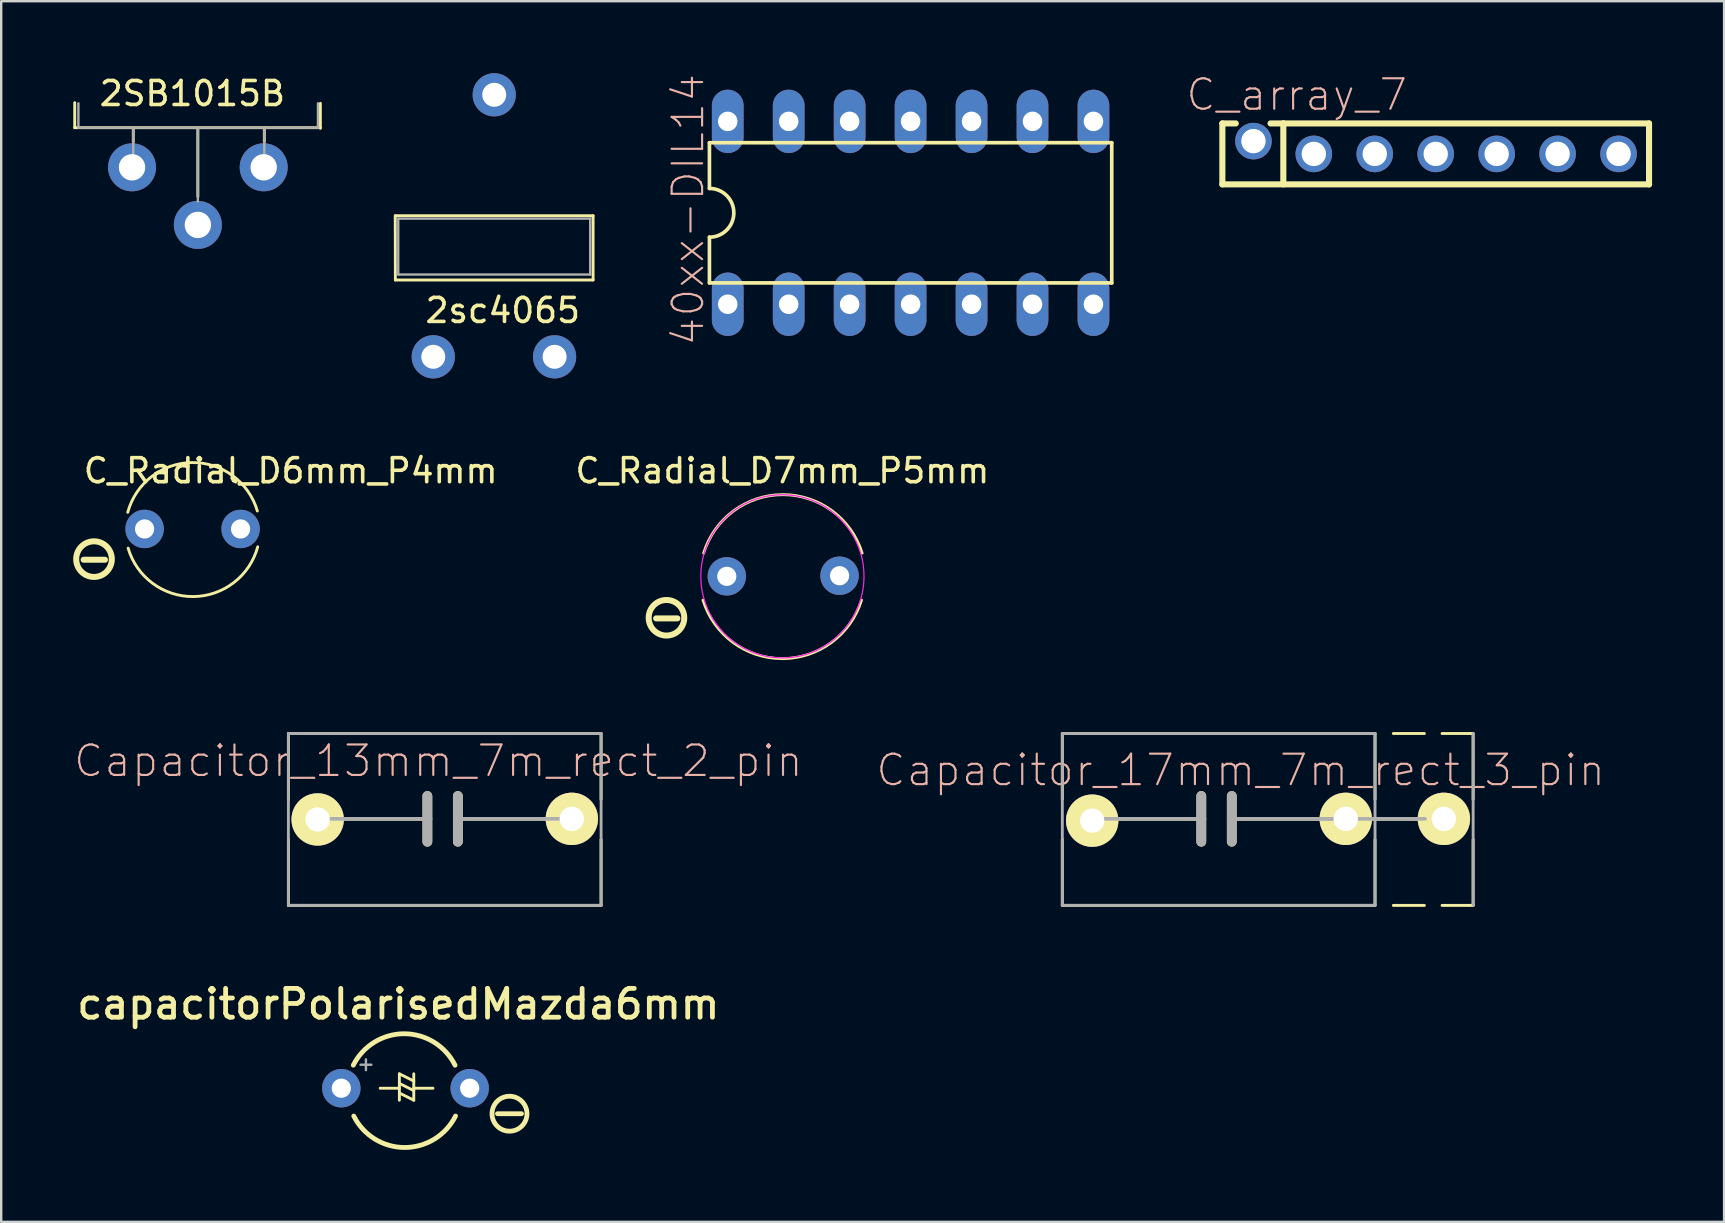
<source format=kicad_pcb>
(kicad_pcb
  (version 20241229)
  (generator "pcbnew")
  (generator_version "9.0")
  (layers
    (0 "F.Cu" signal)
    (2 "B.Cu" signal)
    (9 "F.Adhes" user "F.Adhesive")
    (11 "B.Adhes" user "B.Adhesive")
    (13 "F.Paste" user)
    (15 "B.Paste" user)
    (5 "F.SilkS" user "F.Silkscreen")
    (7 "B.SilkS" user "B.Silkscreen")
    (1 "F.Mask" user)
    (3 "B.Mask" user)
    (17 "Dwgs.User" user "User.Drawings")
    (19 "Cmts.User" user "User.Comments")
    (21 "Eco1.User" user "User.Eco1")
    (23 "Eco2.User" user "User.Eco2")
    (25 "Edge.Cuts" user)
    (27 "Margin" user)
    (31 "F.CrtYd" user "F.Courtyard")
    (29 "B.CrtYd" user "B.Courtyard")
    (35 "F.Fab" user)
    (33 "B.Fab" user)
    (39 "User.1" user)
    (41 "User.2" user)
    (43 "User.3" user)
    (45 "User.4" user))
  (footprint "C_array_7"
    (layer "F.Cu")
    (at 56.777 3.363)
    (property "Reference" "C_array_7" (at -5.791 -2.464 0) (layer "B.SilkS") (effects (font (size 1.27 1.27) (thickness 0.089))))
    (attr exclude_from_pos_files exclude_from_bom)
    (fp_line (start -8.89 -1.27) (end -8.89 1.27) (stroke (width 0.254) (type solid)) (layer "F.SilkS"))
    (fp_line (start -8.89 -1.27) (end -8.331 -1.27) (stroke (width 0.254) (type solid)) (layer "F.SilkS"))
    (fp_line (start -6.35 -1.27) (end -6.883 -1.27) (stroke (width 0.254) (type solid)) (layer "F.SilkS"))
    (fp_line (start -6.35 -1.27) (end -6.35 1.27) (stroke (width 0.254) (type solid)) (layer "F.SilkS"))
    (fp_line (start -5.334 -0.254) (end -4.826 -0.254) (stroke (width 0.066) (type solid)) (layer "F.SilkS"))
    (fp_line (start -5.334 0.254) (end -5.334 -0.254) (stroke (width 0.066) (type solid)) (layer "F.SilkS"))
    (fp_line (start -5.334 0.254) (end -4.826 0.254) (stroke (width 0.066) (type solid)) (layer "F.SilkS"))
    (fp_line (start -4.826 0.254) (end -4.826 -0.254) (stroke (width 0.066) (type solid)) (layer "F.SilkS"))
    (fp_line (start -2.794 -0.254) (end -2.286 -0.254) (stroke (width 0.066) (type solid)) (layer "F.SilkS"))
    (fp_line (start -2.794 0.254) (end -2.794 -0.254) (stroke (width 0.066) (type solid)) (layer "F.SilkS"))
    (fp_line (start -2.794 0.254) (end -2.286 0.254) (stroke (width 0.066) (type solid)) (layer "F.SilkS"))
    (fp_line (start -2.286 0.254) (end -2.286 -0.254) (stroke (width 0.066) (type solid)) (layer "F.SilkS"))
    (fp_line (start -0.254 -0.254) (end 0.254 -0.254) (stroke (width 0.066) (type solid)) (layer "F.SilkS"))
    (fp_line (start -0.254 0.254) (end -0.254 -0.254) (stroke (width 0.066) (type solid)) (layer "F.SilkS"))
    (fp_line (start -0.254 0.254) (end 0.254 0.254) (stroke (width 0.066) (type solid)) (layer "F.SilkS"))
    (fp_line (start 0.254 0.254) (end 0.254 -0.254) (stroke (width 0.066) (type solid)) (layer "F.SilkS"))
    (fp_line (start 2.286 -0.254) (end 2.794 -0.254) (stroke (width 0.066) (type solid)) (layer "F.SilkS"))
    (fp_line (start 2.286 0.254) (end 2.286 -0.254) (stroke (width 0.066) (type solid)) (layer "F.SilkS"))
    (fp_line (start 2.286 0.254) (end 2.794 0.254) (stroke (width 0.066) (type solid)) (layer "F.SilkS"))
    (fp_line (start 2.794 0.254) (end 2.794 -0.254) (stroke (width 0.066) (type solid)) (layer "F.SilkS"))
    (fp_line (start 4.826 -0.254) (end 5.334 -0.254) (stroke (width 0.066) (type solid)) (layer "F.SilkS"))
    (fp_line (start 4.826 0.254) (end 4.826 -0.254) (stroke (width 0.066) (type solid)) (layer "F.SilkS"))
    (fp_line (start 4.826 0.254) (end 5.334 0.254) (stroke (width 0.066) (type solid)) (layer "F.SilkS"))
    (fp_line (start 5.334 0.254) (end 5.334 -0.254) (stroke (width 0.066) (type solid)) (layer "F.SilkS"))
    (fp_line (start 7.366 -0.254) (end 7.874 -0.254) (stroke (width 0.066) (type solid)) (layer "F.SilkS"))
    (fp_line (start 7.366 0.254) (end 7.366 -0.254) (stroke (width 0.066) (type solid)) (layer "F.SilkS"))
    (fp_line (start 7.366 0.254) (end 7.874 0.254) (stroke (width 0.066) (type solid)) (layer "F.SilkS"))
    (fp_line (start 7.874 0.254) (end 7.874 -0.254) (stroke (width 0.066) (type solid)) (layer "F.SilkS"))
    (fp_line (start 8.89 -1.27) (end -6.35 -1.27) (stroke (width 0.254) (type solid)) (layer "F.SilkS"))
    (fp_line (start 8.89 -1.27) (end 8.89 1.27) (stroke (width 0.254) (type solid)) (layer "F.SilkS"))
    (fp_line (start 8.89 1.27) (end -8.89 1.27) (stroke (width 0.254) (type solid)) (layer "F.SilkS"))
    (pad "1" thru_hole circle (at -7.595 -0.533) (size 1.524 1.524) (drill 1.016) (layers "*.Cu" "*.Mask"))
    (pad "2" thru_hole circle (at -5.08 0) (size 1.524 1.524) (drill 1.016) (layers "*.Cu" "*.Mask"))
    (pad "3" thru_hole circle (at -2.54 0) (size 1.524 1.524) (drill 1.016) (layers "*.Cu" "*.Mask"))
    (pad "4" thru_hole circle (at 0 0) (size 1.524 1.524) (drill 1.016) (layers "*.Cu" "*.Mask"))
    (pad "5" thru_hole circle (at 2.54 0) (size 1.524 1.524) (drill 1.016) (layers "*.Cu" "*.Mask"))
    (pad "6" thru_hole circle (at 5.08 0) (size 1.524 1.524) (drill 1.016) (layers "*.Cu" "*.Mask"))
    (pad "7" thru_hole circle (at 7.62 0) (size 1.524 1.524) (drill 1.016) (layers "*.Cu" "*.Mask")))
  (footprint "Capacitor_13mm_7m_rect_2_pin"
    (layer "F.Cu")
    (at 15.394 31.072)
    (property "Reference" "Capacitor_13mm_7m_rect_2_pin" (at -0.178 -2.413 0) (layer "B.SilkS") (effects (font (size 1.27 1.27) (thickness 0.089))))
    (attr exclude_from_pos_files exclude_from_bom)
    (fp_line (start -6.426 -3.556) (end -6.426 -0.813) (stroke (width 0.12) (type solid)) (layer "F.SilkS"))
    (fp_line (start -6.426 -3.556) (end 6.604 -3.556) (stroke (width 0.12) (type solid)) (layer "F.SilkS"))
    (fp_line (start -6.426 0.864) (end -6.426 3.607) (stroke (width 0.12) (type solid)) (layer "F.SilkS"))
    (fp_line (start -0.635 -0.953) (end -0.635 0) (stroke (width 0.406) (type solid)) (layer "F.SilkS"))
    (fp_line (start -0.635 0) (end -5.08 0) (stroke (width 0.152) (type solid)) (layer "F.SilkS"))
    (fp_line (start -0.635 0) (end -0.635 0.953) (stroke (width 0.406) (type solid)) (layer "F.SilkS"))
    (fp_line (start 0.635 -0.953) (end 0.635 0) (stroke (width 0.406) (type solid)) (layer "F.SilkS"))
    (fp_line (start 0.635 0) (end 0.635 0.953) (stroke (width 0.406) (type solid)) (layer "F.SilkS"))
    (fp_line (start 0.635 0) (end 5.08 0) (stroke (width 0.152) (type solid)) (layer "F.SilkS"))
    (fp_line (start 6.604 -3.556) (end 6.604 -0.813) (stroke (width 0.12) (type solid)) (layer "F.SilkS"))
    (fp_line (start 6.604 0.864) (end 6.604 3.607) (stroke (width 0.12) (type solid)) (layer "F.SilkS"))
    (fp_line (start 6.604 3.607) (end -6.426 3.607) (stroke (width 0.12) (type solid)) (layer "F.SilkS"))
    (fp_line (start -6.426 -3.556) (end 6.604 -3.556) (stroke (width 0.12) (type solid)) (layer "F.Fab"))
    (fp_line (start -6.426 3.607) (end -6.426 -3.556) (stroke (width 0.12) (type solid)) (layer "F.Fab"))
    (fp_line (start -6.426 3.607) (end 6.604 3.607) (stroke (width 0.12) (type solid)) (layer "F.Fab"))
    (fp_line (start -0.635 -0.953) (end -0.635 0.953) (stroke (width 0.406) (type solid)) (layer "F.Fab"))
    (fp_line (start -0.635 0) (end -5.08 0) (stroke (width 0.152) (type solid)) (layer "F.Fab"))
    (fp_line (start 0.635 -0.953) (end 0.635 0.953) (stroke (width 0.406) (type solid)) (layer "F.Fab"))
    (fp_line (start 0.635 0) (end 5.08 0) (stroke (width 0.152) (type solid)) (layer "F.Fab"))
    (fp_line (start 6.604 -3.556) (end 6.604 3.607) (stroke (width 0.12) (type solid)) (layer "F.Fab"))
    (pad "1" thru_hole circle (at -5.207 0.025) (size 2.182 2.182) (drill 1.016) (layers "*.Cu" "F.Mask" "F.SilkS" "F.Paste"))
    (pad "2" thru_hole circle (at 5.385 0) (size 2.182 2.182) (drill 1.016) (layers "*.Cu" "F.Mask" "F.SilkS" "F.Paste")))
  (footprint "C_Radial_D7mm_P5mm"
    (layer "F.Cu")
    (at 28.303 20.966)
    (property "Reference" "C_Radial_D7mm_P5mm" (at 1.25 -4.4 0) (layer "F.SilkS") (effects (font (size 1 1) (thickness 0.15))))
    (attr through_hole)
    (fp_line (start -4.013 1.753) (end -3.124 1.753) (stroke (width 0.25) (type solid)) (layer "F.SilkS"))
    (fp_arc (start -2.031999 -0.965199) (mid 1.268026 -3.403972) (end 4.570836 -0.968971) (stroke (width 0.12) (type solid)) (layer "F.SilkS"))
    (fp_arc (start 4.545436 0.994371) (mid 1.242626 3.429372) (end -2.057399 0.990599) (stroke (width 0.12) (type solid)) (layer "F.SilkS"))
    (fp_circle (center -3.581 1.727) (end -2.84 1.727) (stroke (width 0.25) (type solid)) (fill no) (layer "F.SilkS"))
    (fp_circle (center 1.25 0) (end 4.65 0) (stroke (width 0.05) (type solid)) (fill no) (layer "F.CrtYd"))
    (pad "1" thru_hole circle (at 3.632 -0.025) (size 1.6 1.6) (drill 0.8) (layers "*.Cu" "*.Mask"))
    (pad "2" thru_hole circle (at -1.067 0) (size 1.6 1.6) (drill 0.8) (layers "*.Cu" "*.Mask")))
  (footprint "capacitorPolarisedMazda6mm"
    (layer "F.Cu")
    (at 11.392 42.297)
    (property "Reference" "capacitorPolarisedMazda6mm" (at 2.159 -3.505 180) (layer "F.SilkS") (effects (font (size 1.2 1.2) (thickness 0.2))))
    (attr through_hole)
    (fp_line (start 1.4 0) (end 2.2 0) (stroke (width 0.12) (type solid)) (layer "F.SilkS"))
    (fp_line (start 2.2 -0.6) (end 2.8 -0.3) (stroke (width 0.12) (type solid)) (layer "F.SilkS"))
    (fp_line (start 2.2 -0.2) (end 2.8 0.1) (stroke (width 0.12) (type solid)) (layer "F.SilkS"))
    (fp_line (start 2.2 0.2) (end 2.8 0.5) (stroke (width 0.12) (type solid)) (layer "F.SilkS"))
    (fp_line (start 2.2 0.5) (end 2.2 -0.6) (stroke (width 0.12) (type solid)) (layer "F.SilkS"))
    (fp_line (start 2.8 -0.6) (end 2.8 0.5) (stroke (width 0.12) (type solid)) (layer "F.SilkS"))
    (fp_line (start 2.8 0) (end 3.6 0) (stroke (width 0.12) (type solid)) (layer "F.SilkS"))
    (fp_line (start 6.289 1.062) (end 7.289 1.062) (stroke (width 0.2) (type solid)) (layer "F.SilkS"))
    (fp_arc (start 0.280259 -0.96) (mid 2.400738 -2.27) (end 4.520401 -0.958679) (stroke (width 0.2) (type solid)) (layer "F.SilkS"))
    (fp_arc (start 4.540142 1.158679) (mid 2.420479 2.47) (end 0.3 1.16) (stroke (width 0.2) (type solid)) (layer "F.SilkS"))
    (fp_circle (center 6.789 1.062) (end 7.517 1.062) (stroke (width 0.2) (type solid)) (fill no) (layer "F.SilkS"))
    (fp_line (start 0.582 -0.978) (end 1.032 -0.978) (stroke (width 0.1) (type solid)) (layer "F.Fab"))
    (fp_line (start 0.807 -1.202) (end 0.807 -0.752) (stroke (width 0.1) (type solid)) (layer "F.Fab"))
    (pad "1" thru_hole circle (at -0.219 0) (size 1.6 1.6) (drill 0.8) (layers "*.Cu" "*.Mask"))
    (pad "2" thru_hole circle (at 5.131 0) (size 1.6 1.6) (drill 0.8) (layers "*.Cu" "*.Mask")))
  (footprint "40xx-DIL14"
    (layer "F.Cu")
    (at 34.895 5.818)
    (property "Reference" "40xx-DIL14" (at -9.271 -0.127 90) (layer "B.SilkS") (effects (font (size 1.27 1.27) (thickness 0.089))))
    (attr exclude_from_pos_files exclude_from_bom)
    (fp_line (start -8.382 -2.921) (end -8.382 -1.016) (stroke (width 0.152) (type solid)) (layer "F.SilkS"))
    (fp_line (start -8.382 2.921) (end -8.382 1.016) (stroke (width 0.152) (type solid)) (layer "F.SilkS"))
    (fp_line (start -8.382 2.921) (end 8.382 2.921) (stroke (width 0.152) (type solid)) (layer "F.SilkS"))
    (fp_line (start 8.382 -2.921) (end -8.382 -2.921) (stroke (width 0.152) (type solid)) (layer "F.SilkS"))
    (fp_line (start 8.382 -2.921) (end 8.382 2.921) (stroke (width 0.152) (type solid)) (layer "F.SilkS"))
    (fp_arc (start -8.382 -1.016) (mid -7.366 0) (end -8.382 1.016) (stroke (width 0.1524) (type solid)) (layer "F.SilkS"))
    (pad "1" thru_hole oval (at -7.62 3.81) (size 1.321 2.642) (drill 0.813) (layers "*.Cu" "*.Mask"))
    (pad "2" thru_hole oval (at -5.08 3.81) (size 1.321 2.642) (drill 0.813) (layers "*.Cu" "*.Mask"))
    (pad "3" thru_hole oval (at -2.54 3.81) (size 1.321 2.642) (drill 0.813) (layers "*.Cu" "*.Mask"))
    (pad "4" thru_hole oval (at 0 3.81) (size 1.321 2.642) (drill 0.813) (layers "*.Cu" "*.Mask"))
    (pad "5" thru_hole oval (at 2.54 3.81) (size 1.321 2.642) (drill 0.813) (layers "*.Cu" "*.Mask"))
    (pad "6" thru_hole oval (at 5.08 3.81) (size 1.321 2.642) (drill 0.813) (layers "*.Cu" "*.Mask"))
    (pad "7" thru_hole oval (at 7.62 3.81) (size 1.321 2.642) (drill 0.813) (layers "*.Cu" "*.Mask"))
    (pad "8" thru_hole oval (at 7.62 -3.81) (size 1.321 2.642) (drill 0.813) (layers "*.Cu" "*.Mask"))
    (pad "9" thru_hole oval (at 5.08 -3.81) (size 1.321 2.642) (drill 0.813) (layers "*.Cu" "*.Mask"))
    (pad "10" thru_hole oval (at 2.54 -3.81) (size 1.321 2.642) (drill 0.813) (layers "*.Cu" "*.Mask"))
    (pad "11" thru_hole oval (at 0 -3.81) (size 1.321 2.642) (drill 0.813) (layers "*.Cu" "*.Mask"))
    (pad "12" thru_hole oval (at -2.54 -3.81) (size 1.321 2.642) (drill 0.813) (layers "*.Cu" "*.Mask"))
    (pad "13" thru_hole oval (at -5.08 -3.81) (size 1.321 2.642) (drill 0.813) (layers "*.Cu" "*.Mask"))
    (pad "14" thru_hole oval (at -7.62 -3.81) (size 1.321 2.642) (drill 0.813) (layers "*.Cu" "*.Mask")))
  (footprint "2sc4065"
    (layer "F.Cu")
    (at 17.583 7.246)
    (property "Reference" "2sc4065" (at 0.318 2.642 0) (layer "F.SilkS") (effects (font (size 1 1) (thickness 0.15))))
    (attr through_hole)
    (fp_line (start -4.163 -1.307) (end -4.158 1.372) (stroke (width 0.12) (type solid)) (layer "F.SilkS"))
    (fp_line (start -4.158 -1.307) (end 4.082 -1.307) (stroke (width 0.12) (type solid)) (layer "F.SilkS"))
    (fp_line (start -4.158 1.372) (end 4.082 1.372) (stroke (width 0.12) (type solid)) (layer "F.SilkS"))
    (fp_line (start 4.082 -1.307) (end 4.082 1.372) (stroke (width 0.12) (type solid)) (layer "F.SilkS"))
    (fp_line (start -4.038 -1.187) (end -4.038 1.143) (stroke (width 0.1) (type solid)) (layer "F.Fab"))
    (fp_line (start -4.038 1.143) (end 3.962 1.143) (stroke (width 0.1) (type solid)) (layer "F.Fab"))
    (fp_line (start 3.962 -1.187) (end -4.038 -1.187) (stroke (width 0.1) (type solid)) (layer "F.Fab"))
    (fp_line (start 3.962 1.143) (end 3.962 -1.187) (stroke (width 0.1) (type solid)) (layer "F.Fab"))
    (pad "1" thru_hole oval (at 2.477 4.572) (size 1.8 1.8) (drill 1) (layers "*.Cu" "*.Mask"))
    (pad "2" thru_hole oval (at -0.038 -6.346) (size 1.8 1.8) (drill 1) (layers "*.Cu" "*.Mask"))
    (pad "3" thru_hole circle (at -2.578 4.572) (size 1.8 1.8) (drill 1) (layers "*.Cu" "*.Mask")))
  (footprint "2SB1015B"
    (layer "F.Cu")
    (at 2.655 3.922)
    (property "Reference" "2SB1015B" (at 2.311 -3.073 0) (layer "F.SilkS") (effects (font (size 1 1) (thickness 0.15))))
    (attr through_hole)
    (fp_line (start -2.595 -1.651) (end 7.645 -1.651) (stroke (width 0.12) (type solid)) (layer "F.SilkS"))
    (fp_line (start -2.591 -2.692) (end -2.591 -1.651) (stroke (width 0.12) (type solid)) (layer "F.SilkS"))
    (fp_line (start -0.152 -1.651) (end -0.152 -1.067) (stroke (width 0.12) (type solid)) (layer "F.SilkS"))
    (fp_line (start 2.54 -1.626) (end 2.54 1.219) (stroke (width 0.12) (type solid)) (layer "F.SilkS"))
    (fp_line (start 5.309 -1.651) (end 5.309 -1.067) (stroke (width 0.12) (type solid)) (layer "F.SilkS"))
    (fp_line (start 7.645 -2.667) (end 7.645 -1.626) (stroke (width 0.12) (type solid)) (layer "F.SilkS"))
    (fp_line (start -2.438 -1.645) (end -2.438 -2.667) (stroke (width 0.1) (type solid)) (layer "F.Fab"))
    (fp_line (start -0.152 -1.651) (end -0.152 -0.381) (stroke (width 0.1) (type solid)) (layer "F.Fab"))
    (fp_line (start 2.54 -1.651) (end 2.54 1.422) (stroke (width 0.1) (type solid)) (layer "F.Fab"))
    (fp_line (start 5.309 -1.651) (end 5.309 -0.381) (stroke (width 0.1) (type solid)) (layer "F.Fab"))
    (fp_line (start 7.544 -1.645) (end 7.544 -2.667) (stroke (width 0.1) (type solid)) (layer "F.Fab"))
    (fp_line (start 7.562 -1.651) (end -2.438 -1.651) (stroke (width 0.1) (type solid)) (layer "F.Fab"))
    (pad "1" thru_hole circle (at 2.54 2.4) (size 2 2) (drill 1.1) (layers "*.Cu" "*.Mask"))
    (pad "2" thru_hole circle (at -0.203 0) (size 2 2) (drill 1.1) (layers "*.Cu" "*.Mask"))
    (pad "3" thru_hole circle (at 5.283 0) (size 2 2) (drill 1.1) (layers "*.Cu" "*.Mask")))
  (footprint "C_Radial_D6mm_P4mm"
    (layer "F.Cu")
    (at 2.975 18.992)
    (property "Reference" "C_Radial_D6mm_P4mm" (at 6.089 -2.425 0) (layer "F.SilkS") (effects (font (size 1 1) (thickness 0.15))))
    (attr through_hole)
    (fp_line (start -2.54 1.283) (end -1.651 1.283) (stroke (width 0.25) (type solid)) (layer "F.SilkS"))
    (fp_arc (start -0.701598 -0.693114) (mid 1.977418 -2.766924) (end 4.698999 -0.749299) (stroke (width 0.12) (type solid)) (layer "F.SilkS"))
    (fp_arc (start 4.714798 0.743914) (mid 2.035782 2.817724) (end -0.685799 0.800099) (stroke (width 0.12) (type solid)) (layer "F.SilkS"))
    (fp_circle (center -2.108 1.257) (end -1.366 1.257) (stroke (width 0.25) (type solid)) (fill no) (layer "F.SilkS"))
    (pad "1" thru_hole circle (at 4 0) (size 1.6 1.6) (drill 0.8) (layers "*.Cu" "*.Mask"))
    (pad "2" thru_hole circle (at 0 0) (size 1.6 1.6) (drill 0.8) (layers "*.Cu" "*.Mask")))
  (footprint "Capacitor_17mm_7m_rect_3_pin"
    (layer "F.Cu")
    (at 47.644 31.072)
    (property "Reference" "Capacitor_17mm_7m_rect_3_pin" (at 1.005 -2.03 0) (layer "B.SilkS") (effects (font (size 1.27 1.27) (thickness 0.089))))
    (attr exclude_from_pos_files exclude_from_bom)
    (fp_line (start -6.426 -3.556) (end -6.426 -0.813) (stroke (width 0.12) (type solid)) (layer "F.SilkS"))
    (fp_line (start -6.426 -3.556) (end 6.604 -3.556) (stroke (width 0.12) (type solid)) (layer "F.SilkS"))
    (fp_line (start -6.426 0.864) (end -6.426 3.607) (stroke (width 0.12) (type solid)) (layer "F.SilkS"))
    (fp_line (start -0.635 -0.953) (end -0.635 0) (stroke (width 0.406) (type solid)) (layer "F.SilkS"))
    (fp_line (start -0.635 0) (end -5.08 0) (stroke (width 0.152) (type solid)) (layer "F.SilkS"))
    (fp_line (start -0.635 0) (end -0.635 0.953) (stroke (width 0.406) (type solid)) (layer "F.SilkS"))
    (fp_line (start 0.635 -0.953) (end 0.635 0) (stroke (width 0.406) (type solid)) (layer "F.SilkS"))
    (fp_line (start 0.635 0) (end 0.635 0.953) (stroke (width 0.406) (type solid)) (layer "F.SilkS"))
    (fp_line (start 0.635 0) (end 5.08 0) (stroke (width 0.152) (type solid)) (layer "F.SilkS"))
    (fp_line (start 5.258 0) (end 9.703 0) (stroke (width 0.152) (type solid)) (layer "F.SilkS"))
    (fp_line (start 6.604 -3.556) (end 6.604 -0.813) (stroke (width 0.12) (type solid)) (layer "F.SilkS"))
    (fp_line (start 6.604 0.864) (end 6.604 3.607) (stroke (width 0.12) (type solid)) (layer "F.SilkS"))
    (fp_line (start 6.604 3.607) (end -6.426 3.607) (stroke (width 0.12) (type solid)) (layer "F.SilkS"))
    (fp_line (start 7.366 -3.556) (end 8.661 -3.556) (stroke (width 0.12) (type solid)) (layer "F.SilkS"))
    (fp_line (start 7.366 3.607) (end 8.661 3.607) (stroke (width 0.12) (type solid)) (layer "F.SilkS"))
    (fp_line (start 9.398 -3.556) (end 10.693 -3.556) (stroke (width 0.12) (type solid)) (layer "F.SilkS"))
    (fp_line (start 9.398 3.607) (end 10.693 3.607) (stroke (width 0.12) (type solid)) (layer "F.SilkS"))
    (fp_line (start 10.693 -3.556) (end 10.693 -0.813) (stroke (width 0.12) (type solid)) (layer "F.SilkS"))
    (fp_line (start 10.693 0.864) (end 10.693 3.607) (stroke (width 0.12) (type solid)) (layer "F.SilkS"))
    (fp_line (start -6.426 -3.556) (end 6.604 -3.556) (stroke (width 0.12) (type solid)) (layer "F.Fab"))
    (fp_line (start -6.426 3.607) (end -6.426 -3.556) (stroke (width 0.12) (type solid)) (layer "F.Fab"))
    (fp_line (start -6.426 3.607) (end 6.604 3.607) (stroke (width 0.12) (type solid)) (layer "F.Fab"))
    (fp_line (start -0.635 -0.953) (end -0.635 0.953) (stroke (width 0.406) (type solid)) (layer "F.Fab"))
    (fp_line (start -0.635 0) (end -5.08 0) (stroke (width 0.152) (type solid)) (layer "F.Fab"))
    (fp_line (start 0.635 -0.953) (end 0.635 0.953) (stroke (width 0.406) (type solid)) (layer "F.Fab"))
    (fp_line (start 0.635 0) (end 5.08 0) (stroke (width 0.152) (type solid)) (layer "F.Fab"))
    (fp_line (start 4.242 0) (end 8.687 0) (stroke (width 0.152) (type solid)) (layer "F.Fab"))
    (fp_line (start 6.604 -3.556) (end 6.604 3.607) (stroke (width 0.12) (type solid)) (layer "F.Fab"))
    (fp_line (start 10.693 -3.556) (end 10.693 3.607) (stroke (width 0.12) (type solid)) (layer "F.Fab"))
    (pad "1" thru_hole circle (at -5.182 0.076) (size 2.182 2.182) (drill 1.016) (layers "*.Cu" "F.Mask" "F.SilkS" "F.Paste"))
    (pad "2" thru_hole circle (at 5.385 0) (size 2.182 2.182) (drill 1.016) (layers "*.Cu" "F.Mask" "F.SilkS" "F.Paste"))
    (pad "2" thru_hole circle (at 9.474 0) (size 2.182 2.182) (drill 1.016) (layers "*.Cu" "F.Mask" "F.SilkS" "F.Paste")))
  (gr_rect
    (start -3 -3)
    (end 68.794 47.867)
    (stroke (width 0.1) (type default))
    (fill no)
    (layer "Edge.Cuts")))
</source>
